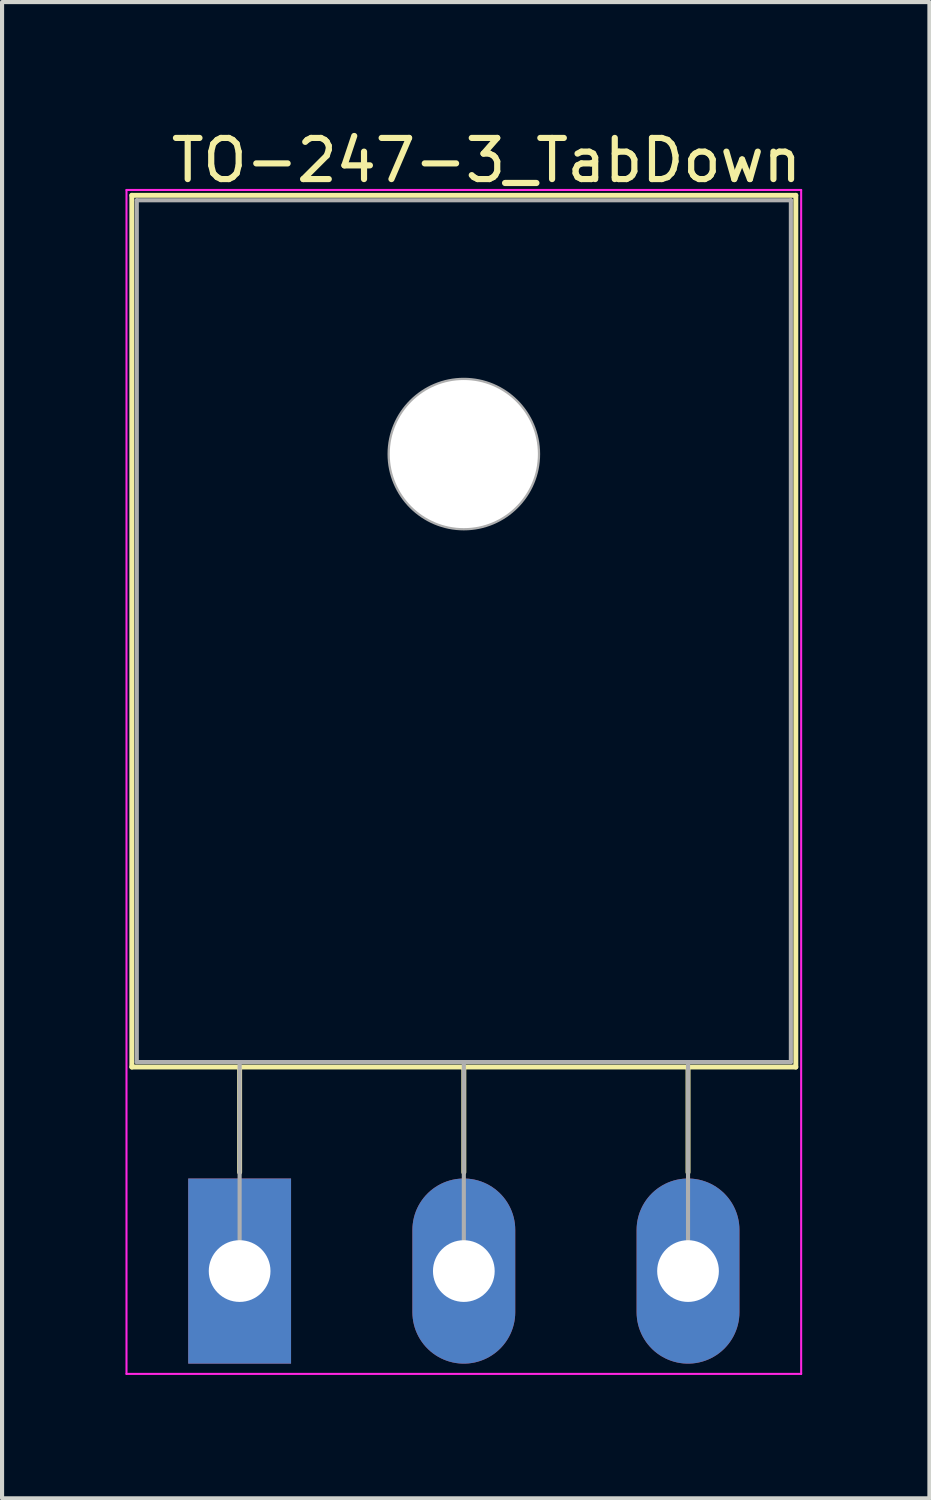
<source format=kicad_pcb>
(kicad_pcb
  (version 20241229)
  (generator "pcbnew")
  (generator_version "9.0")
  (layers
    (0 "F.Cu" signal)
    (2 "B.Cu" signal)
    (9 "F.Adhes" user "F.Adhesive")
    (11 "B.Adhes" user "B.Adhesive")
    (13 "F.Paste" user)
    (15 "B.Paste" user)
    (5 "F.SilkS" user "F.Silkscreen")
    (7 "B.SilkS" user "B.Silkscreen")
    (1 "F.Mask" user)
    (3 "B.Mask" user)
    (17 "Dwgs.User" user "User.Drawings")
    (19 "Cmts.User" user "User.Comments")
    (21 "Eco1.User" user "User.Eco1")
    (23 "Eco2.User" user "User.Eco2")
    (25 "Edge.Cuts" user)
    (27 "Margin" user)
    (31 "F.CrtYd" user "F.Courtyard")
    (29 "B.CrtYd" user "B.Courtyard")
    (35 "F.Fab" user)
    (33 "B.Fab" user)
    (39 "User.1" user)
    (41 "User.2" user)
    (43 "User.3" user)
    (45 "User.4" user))
  (footprint "TO-247-3_TabDown"
    (layer "F.Cu")
    (at 2.775 27.848)
    (property "Reference" "TO-247-3_TabDown" (at 6 -27 0) (layer "F.SilkS") (effects (font (size 1 1) (thickness 0.15))))
    (attr through_hole)
    (fp_line (start -2.62 -26.15) (end -2.62 -4.96) (stroke (width 0.12) (type solid)) (layer "F.SilkS"))
    (fp_line (start -2.62 -26.15) (end 13.52 -26.15) (stroke (width 0.12) (type solid)) (layer "F.SilkS"))
    (fp_line (start -2.62 -4.96) (end 13.52 -4.96) (stroke (width 0.12) (type solid)) (layer "F.SilkS"))
    (fp_line (start 0 -4.96) (end 0 -2.4) (stroke (width 0.12) (type solid)) (layer "F.SilkS"))
    (fp_line (start 5.45 -4.96) (end 5.45 -2.4) (stroke (width 0.12) (type solid)) (layer "F.SilkS"))
    (fp_line (start 10.9 -4.96) (end 10.9 -2.4) (stroke (width 0.12) (type solid)) (layer "F.SilkS"))
    (fp_line (start 13.52 -26.15) (end 13.52 -4.96) (stroke (width 0.12) (type solid)) (layer "F.SilkS"))
    (fp_line (start -2.75 -26.28) (end -2.75 2.5) (stroke (width 0.05) (type solid)) (layer "F.CrtYd"))
    (fp_line (start -2.75 2.5) (end 13.65 2.5) (stroke (width 0.05) (type solid)) (layer "F.CrtYd"))
    (fp_line (start 13.65 -26.28) (end -2.75 -26.28) (stroke (width 0.05) (type solid)) (layer "F.CrtYd"))
    (fp_line (start 13.65 2.5) (end 13.65 -26.28) (stroke (width 0.05) (type solid)) (layer "F.CrtYd"))
    (fp_line (start -2.5 -26.03) (end 13.4 -26.03) (stroke (width 0.1) (type solid)) (layer "F.Fab"))
    (fp_line (start -2.5 -5.08) (end -2.5 -26.03) (stroke (width 0.1) (type solid)) (layer "F.Fab"))
    (fp_line (start 0 -5.08) (end 0 0) (stroke (width 0.1) (type solid)) (layer "F.Fab"))
    (fp_line (start 5.45 -5.08) (end 5.45 0) (stroke (width 0.1) (type solid)) (layer "F.Fab"))
    (fp_line (start 10.9 -5.08) (end 10.9 0) (stroke (width 0.1) (type solid)) (layer "F.Fab"))
    (fp_line (start 13.4 -26.03) (end 13.4 -5.08) (stroke (width 0.1) (type solid)) (layer "F.Fab"))
    (fp_line (start 13.4 -5.08) (end -2.5 -5.08) (stroke (width 0.1) (type solid)) (layer "F.Fab"))
    (fp_circle (center 5.45 -19.86) (end 7.255 -19.86) (stroke (width 0.1) (type solid)) (fill no) (layer "F.Fab"))
    (pad "" np_thru_hole oval (at 5.45 -19.86) (size 3.6 3.6) (drill 3.6) (layers "*.Cu" "*.Mask"))
    (pad "1" thru_hole rect (at 0 0) (size 2.5 4.5) (drill 1.5) (layers "*.Cu" "*.Mask"))
    (pad "2" thru_hole oval (at 5.45 0) (size 2.5 4.5) (drill 1.5) (layers "*.Cu" "*.Mask"))
    (pad "3" thru_hole oval (at 10.9 0) (size 2.5 4.5) (drill 1.5) (layers "*.Cu" "*.Mask")))
  (gr_rect
    (start -3 -3)
    (end 19.543 33.373)
    (stroke (width 0.1) (type default))
    (fill no)
    (layer "Edge.Cuts")))
</source>
